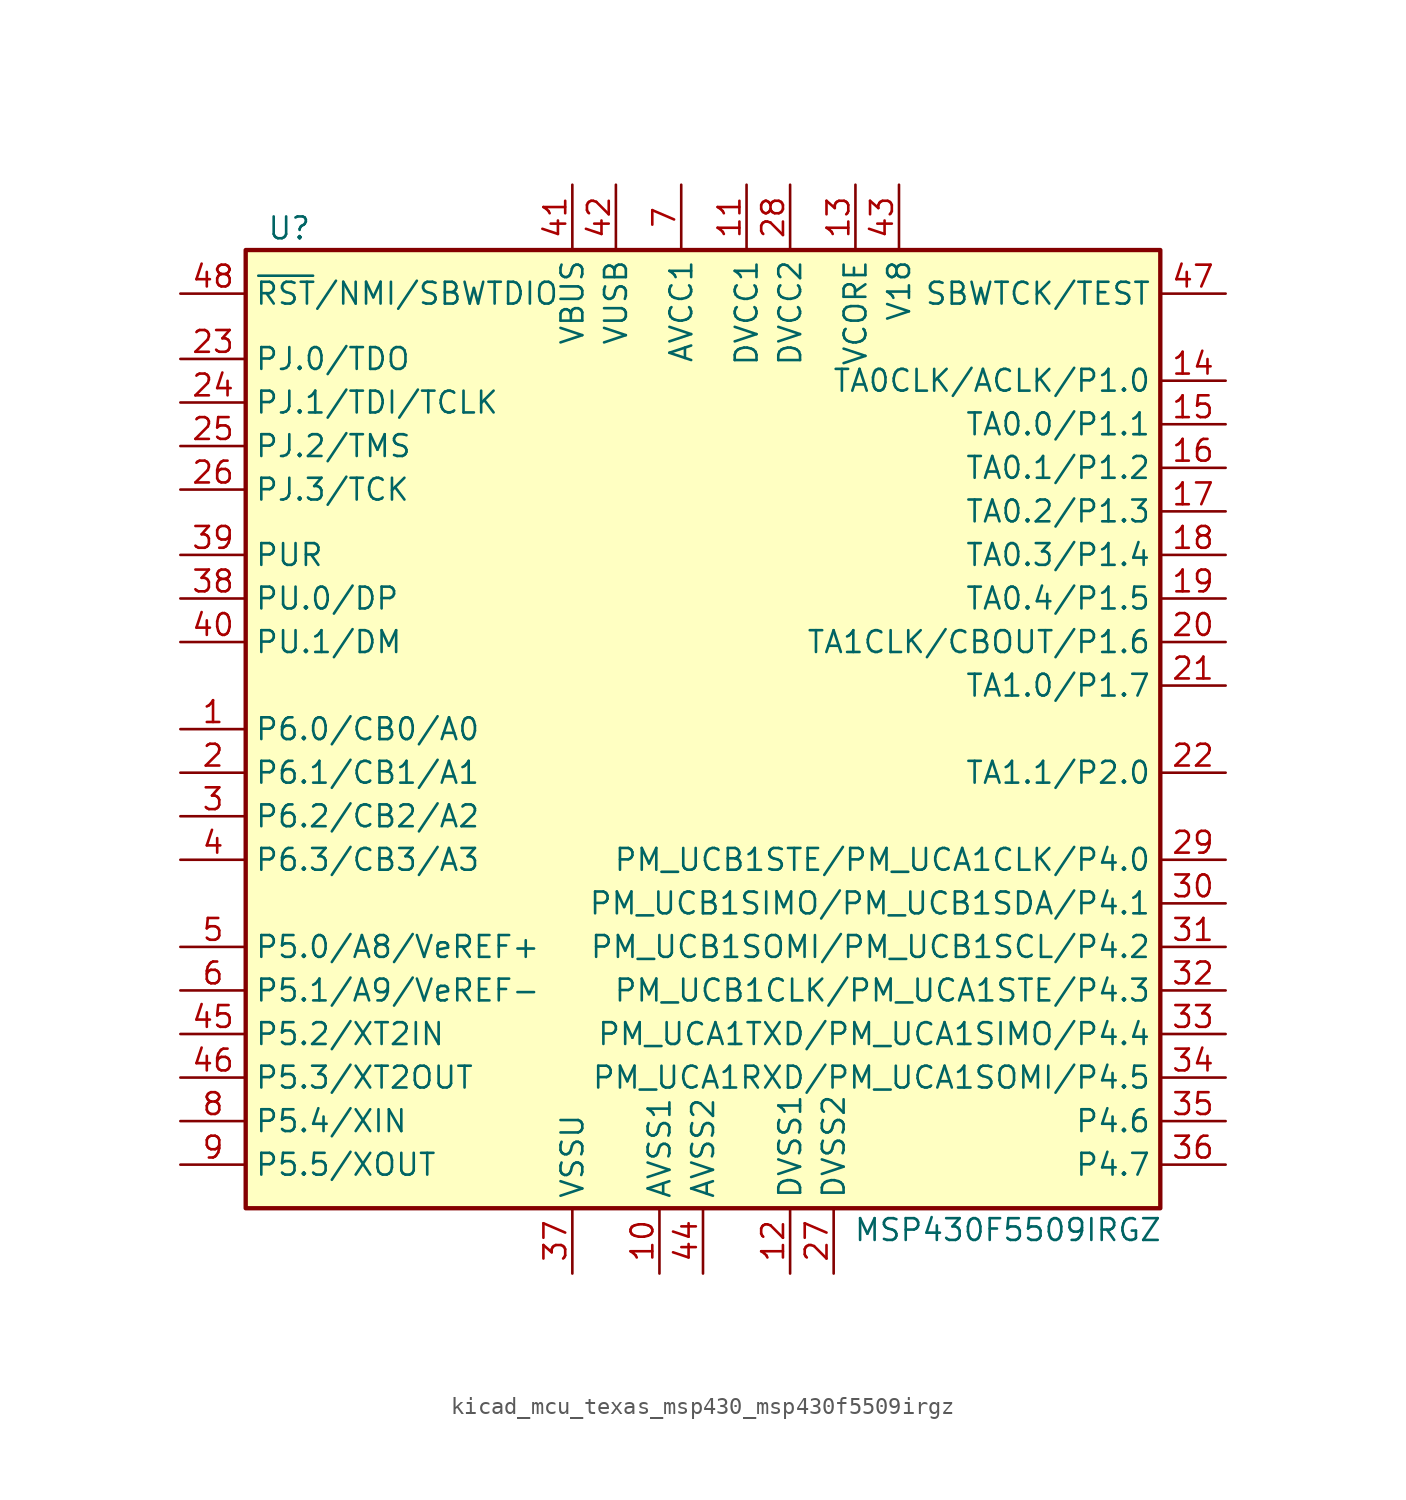
<source format=kicad_sym>
(kicad_symbol_lib
  (version 20220914)
  (generator kicad_symbol_editor)
  (symbol "kicad_mcu_texas_msp430_msp430f5509irgz"
    (property "Reference" "U"
      (at -22.86 29.21 0)
      (effects (font (size 1.27 1.27))))
    (property "Value" "MSP430F5509IRGZ"
      (at 19.05 -29.21 0)
      (effects (font (size 1.27 1.27))))
    (symbol "kicad_mcu_texas_msp430_msp430f5509irgz_0_1"
      (rectangle (start -25.4 27.94) (end 27.94 -27.94) (stroke (width 0.254) (type default)) (fill (type background))))
    (symbol "kicad_mcu_texas_msp430_msp430f5509irgz_1_1"
      (pin bidirectional line (at -29.21 0 0) (length 3.81) (name "P6.0/CB0/A0" (effects (font (size 1.27 1.27)))) (number "1" (effects (font (size 1.27 1.27)))))
      (pin power_in line (at -1.27 -31.75 90) (length 3.81) (name "AVSS1" (effects (font (size 1.27 1.27)))) (number "10" (effects (font (size 1.27 1.27)))))
      (pin power_in line (at 3.81 31.75 270) (length 3.81) (name "DVCC1" (effects (font (size 1.27 1.27)))) (number "11" (effects (font (size 1.27 1.27)))))
      (pin power_in line (at 6.35 -31.75 90) (length 3.81) (name "DVSS1" (effects (font (size 1.27 1.27)))) (number "12" (effects (font (size 1.27 1.27)))))
      (pin passive line (at 10.16 31.75 270) (length 3.81) (name "VCORE" (effects (font (size 1.27 1.27)))) (number "13" (effects (font (size 1.27 1.27)))))
      (pin bidirectional line (at 31.75 20.32 180) (length 3.81) (name "TA0CLK/ACLK/P1.0" (effects (font (size 1.27 1.27)))) (number "14" (effects (font (size 1.27 1.27)))))
      (pin bidirectional line (at 31.75 17.78 180) (length 3.81) (name "TA0.0/P1.1" (effects (font (size 1.27 1.27)))) (number "15" (effects (font (size 1.27 1.27)))))
      (pin bidirectional line (at 31.75 15.24 180) (length 3.81) (name "TA0.1/P1.2" (effects (font (size 1.27 1.27)))) (number "16" (effects (font (size 1.27 1.27)))))
      (pin bidirectional line (at 31.75 12.7 180) (length 3.81) (name "TA0.2/P1.3" (effects (font (size 1.27 1.27)))) (number "17" (effects (font (size 1.27 1.27)))))
      (pin bidirectional line (at 31.75 10.16 180) (length 3.81) (name "TA0.3/P1.4" (effects (font (size 1.27 1.27)))) (number "18" (effects (font (size 1.27 1.27)))))
      (pin bidirectional line (at 31.75 7.62 180) (length 3.81) (name "TA0.4/P1.5" (effects (font (size 1.27 1.27)))) (number "19" (effects (font (size 1.27 1.27)))))
      (pin bidirectional line (at -29.21 -2.54 0) (length 3.81) (name "P6.1/CB1/A1" (effects (font (size 1.27 1.27)))) (number "2" (effects (font (size 1.27 1.27)))))
      (pin bidirectional line (at 31.75 5.08 180) (length 3.81) (name "TA1CLK/CBOUT/P1.6" (effects (font (size 1.27 1.27)))) (number "20" (effects (font (size 1.27 1.27)))))
      (pin bidirectional line (at 31.75 2.54 180) (length 3.81) (name "TA1.0/P1.7" (effects (font (size 1.27 1.27)))) (number "21" (effects (font (size 1.27 1.27)))))
      (pin bidirectional line (at 31.75 -2.54 180) (length 3.81) (name "TA1.1/P2.0" (effects (font (size 1.27 1.27)))) (number "22" (effects (font (size 1.27 1.27)))))
      (pin bidirectional line (at -29.21 21.59 0) (length 3.81) (name "PJ.0/TDO" (effects (font (size 1.27 1.27)))) (number "23" (effects (font (size 1.27 1.27)))))
      (pin bidirectional line (at -29.21 19.05 0) (length 3.81) (name "PJ.1/TDI/TCLK" (effects (font (size 1.27 1.27)))) (number "24" (effects (font (size 1.27 1.27)))))
      (pin bidirectional line (at -29.21 16.51 0) (length 3.81) (name "PJ.2/TMS" (effects (font (size 1.27 1.27)))) (number "25" (effects (font (size 1.27 1.27)))))
      (pin bidirectional line (at -29.21 13.97 0) (length 3.81) (name "PJ.3/TCK" (effects (font (size 1.27 1.27)))) (number "26" (effects (font (size 1.27 1.27)))))
      (pin power_in line (at 8.89 -31.75 90) (length 3.81) (name "DVSS2" (effects (font (size 1.27 1.27)))) (number "27" (effects (font (size 1.27 1.27)))))
      (pin power_in line (at 6.35 31.75 270) (length 3.81) (name "DVCC2" (effects (font (size 1.27 1.27)))) (number "28" (effects (font (size 1.27 1.27)))))
      (pin bidirectional line (at 31.75 -7.62 180) (length 3.81) (name "PM_UCB1STE/PM_UCA1CLK/P4.0" (effects (font (size 1.27 1.27)))) (number "29" (effects (font (size 1.27 1.27)))))
      (pin bidirectional line (at -29.21 -5.08 0) (length 3.81) (name "P6.2/CB2/A2" (effects (font (size 1.27 1.27)))) (number "3" (effects (font (size 1.27 1.27)))))
      (pin bidirectional line (at 31.75 -10.16 180) (length 3.81) (name "PM_UCB1SIMO/PM_UCB1SDA/P4.1" (effects (font (size 1.27 1.27)))) (number "30" (effects (font (size 1.27 1.27)))))
      (pin bidirectional line (at 31.75 -12.7 180) (length 3.81) (name "PM_UCB1SOMI/PM_UCB1SCL/P4.2" (effects (font (size 1.27 1.27)))) (number "31" (effects (font (size 1.27 1.27)))))
      (pin bidirectional line (at 31.75 -15.24 180) (length 3.81) (name "PM_UCB1CLK/PM_UCA1STE/P4.3" (effects (font (size 1.27 1.27)))) (number "32" (effects (font (size 1.27 1.27)))))
      (pin bidirectional line (at 31.75 -17.78 180) (length 3.81) (name "PM_UCA1TXD/PM_UCA1SIMO/P4.4" (effects (font (size 1.27 1.27)))) (number "33" (effects (font (size 1.27 1.27)))))
      (pin bidirectional line (at 31.75 -20.32 180) (length 3.81) (name "PM_UCA1RXD/PM_UCA1SOMI/P4.5" (effects (font (size 1.27 1.27)))) (number "34" (effects (font (size 1.27 1.27)))))
      (pin bidirectional line (at 31.75 -22.86 180) (length 3.81) (name "P4.6" (effects (font (size 1.27 1.27)))) (number "35" (effects (font (size 1.27 1.27)))))
      (pin bidirectional line (at 31.75 -25.4 180) (length 3.81) (name "P4.7" (effects (font (size 1.27 1.27)))) (number "36" (effects (font (size 1.27 1.27)))))
      (pin power_in line (at -6.35 -31.75 90) (length 3.81) (name "VSSU" (effects (font (size 1.27 1.27)))) (number "37" (effects (font (size 1.27 1.27)))))
      (pin bidirectional line (at -29.21 7.62 0) (length 3.81) (name "PU.0/DP" (effects (font (size 1.27 1.27)))) (number "38" (effects (font (size 1.27 1.27)))))
      (pin bidirectional line (at -29.21 10.16 0) (length 3.81) (name "PUR" (effects (font (size 1.27 1.27)))) (number "39" (effects (font (size 1.27 1.27)))))
      (pin bidirectional line (at -29.21 -7.62 0) (length 3.81) (name "P6.3/CB3/A3" (effects (font (size 1.27 1.27)))) (number "4" (effects (font (size 1.27 1.27)))))
      (pin bidirectional line (at -29.21 5.08 0) (length 3.81) (name "PU.1/DM" (effects (font (size 1.27 1.27)))) (number "40" (effects (font (size 1.27 1.27)))))
      (pin power_in line (at -6.35 31.75 270) (length 3.81) (name "VBUS" (effects (font (size 1.27 1.27)))) (number "41" (effects (font (size 1.27 1.27)))))
      (pin power_out line (at -3.81 31.75 270) (length 3.81) (name "VUSB" (effects (font (size 1.27 1.27)))) (number "42" (effects (font (size 1.27 1.27)))))
      (pin passive line (at 12.7 31.75 270) (length 3.81) (name "V18" (effects (font (size 1.27 1.27)))) (number "43" (effects (font (size 1.27 1.27)))))
      (pin power_in line (at 1.27 -31.75 90) (length 3.81) (name "AVSS2" (effects (font (size 1.27 1.27)))) (number "44" (effects (font (size 1.27 1.27)))))
      (pin bidirectional line (at -29.21 -17.78 0) (length 3.81) (name "P5.2/XT2IN" (effects (font (size 1.27 1.27)))) (number "45" (effects (font (size 1.27 1.27)))))
      (pin bidirectional line (at -29.21 -20.32 0) (length 3.81) (name "P5.3/XT2OUT" (effects (font (size 1.27 1.27)))) (number "46" (effects (font (size 1.27 1.27)))))
      (pin input line (at 31.75 25.4 180) (length 3.81) (name "SBWTCK/TEST" (effects (font (size 1.27 1.27)))) (number "47" (effects (font (size 1.27 1.27)))))
      (pin input line (at -29.21 25.4 0) (length 3.81) (name "~{RST}/NMI/SBWTDIO" (effects (font (size 1.27 1.27)))) (number "48" (effects (font (size 1.27 1.27)))))
      (pin bidirectional line (at -29.21 -12.7 0) (length 3.81) (name "P5.0/A8/VeREF+" (effects (font (size 1.27 1.27)))) (number "5" (effects (font (size 1.27 1.27)))))
      (pin bidirectional line (at -29.21 -15.24 0) (length 3.81) (name "P5.1/A9/VeREF-" (effects (font (size 1.27 1.27)))) (number "6" (effects (font (size 1.27 1.27)))))
      (pin power_in line (at 0 31.75 270) (length 3.81) (name "AVCC1" (effects (font (size 1.27 1.27)))) (number "7" (effects (font (size 1.27 1.27)))))
      (pin bidirectional line (at -29.21 -22.86 0) (length 3.81) (name "P5.4/XIN" (effects (font (size 1.27 1.27)))) (number "8" (effects (font (size 1.27 1.27)))))
      (pin bidirectional line (at -29.21 -25.4 0) (length 3.81) (name "P5.5/XOUT" (effects (font (size 1.27 1.27)))) (number "9" (effects (font (size 1.27 1.27))))))))
</source>
